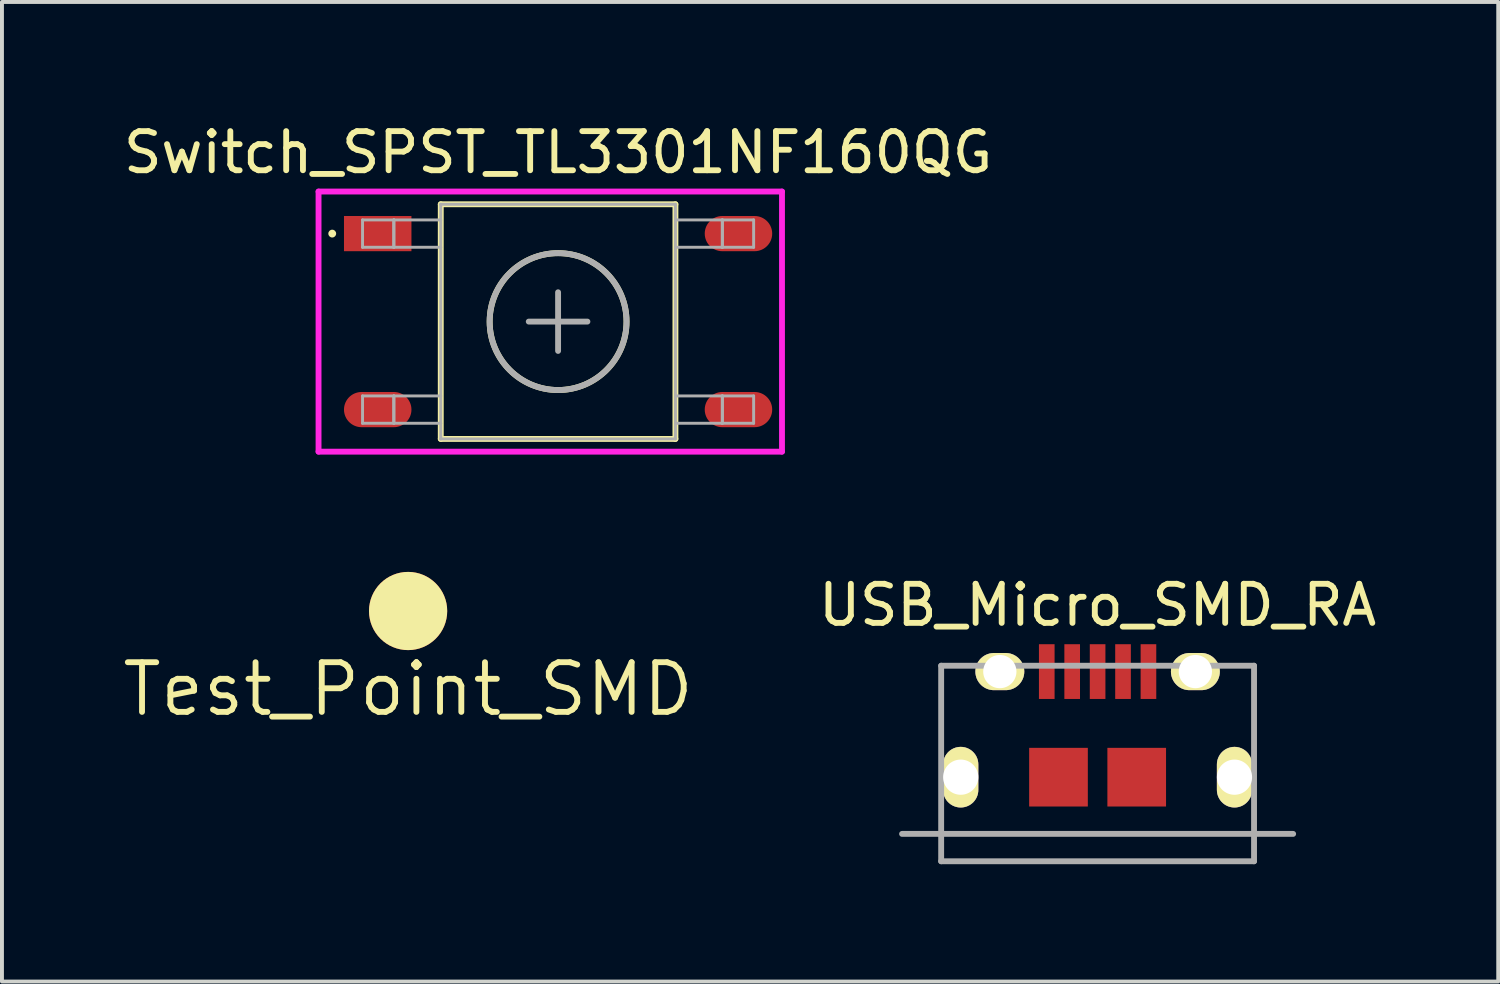
<source format=kicad_pcb>
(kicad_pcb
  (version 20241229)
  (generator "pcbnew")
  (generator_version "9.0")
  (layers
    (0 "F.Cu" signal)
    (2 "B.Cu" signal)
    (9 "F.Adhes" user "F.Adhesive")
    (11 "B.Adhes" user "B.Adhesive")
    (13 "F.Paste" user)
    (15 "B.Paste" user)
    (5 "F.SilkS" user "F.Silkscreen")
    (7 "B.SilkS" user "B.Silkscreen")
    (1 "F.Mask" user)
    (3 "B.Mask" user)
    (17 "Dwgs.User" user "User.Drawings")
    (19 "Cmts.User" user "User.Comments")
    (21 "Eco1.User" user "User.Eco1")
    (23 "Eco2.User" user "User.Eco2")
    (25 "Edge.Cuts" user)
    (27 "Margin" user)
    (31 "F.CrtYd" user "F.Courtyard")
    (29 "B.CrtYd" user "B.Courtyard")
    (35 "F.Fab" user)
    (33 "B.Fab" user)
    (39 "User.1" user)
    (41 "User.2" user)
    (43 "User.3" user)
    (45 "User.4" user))
  (footprint "Test_Point_SMD"
    (layer "F.Cu")
    (at 7.385 12.573)
    (property "Reference" "Test_Point_SMD" (at 0 2 0) (layer "F.SilkS") (effects (font (size 1.27 1.27) (thickness 0.15))))
    (attr through_hole)
    (pad "1" connect circle (at 0 0) (size 2 2) (layers "F.Cu" "F.Mask" "F.SilkS" "F.Paste")))
  (footprint "USB_Micro_SMD_RA"
    (layer "F.Cu")
    (at 25.015 16.822)
    (property "Reference" "USB_Micro_SMD_RA" (at 0 -4.4 0) (layer "F.SilkS") (effects (font (size 1 1) (thickness 0.15))))
    (attr through_hole)
    (fp_line (start -5 1.45) (end 5 1.45) (stroke (width 0.15) (type solid)) (layer "F.Fab"))
    (fp_line (start -4 -2.85) (end -4 2.15) (stroke (width 0.15) (type solid)) (layer "F.Fab"))
    (fp_line (start -4 2.15) (end 4 2.15) (stroke (width 0.15) (type solid)) (layer "F.Fab"))
    (fp_line (start 4 -2.85) (end -4 -2.85) (stroke (width 0.15) (type solid)) (layer "F.Fab"))
    (fp_line (start 4 2.15) (end 4 -2.85) (stroke (width 0.15) (type solid)) (layer "F.Fab"))
    (pad "1" smd rect (at -1.3 -2.7) (size 0.4 1.4) (layers "F.Cu" "F.Mask" "F.Paste"))
    (pad "2" smd rect (at -0.65 -2.7) (size 0.4 1.4) (layers "F.Cu" "F.Mask" "F.Paste"))
    (pad "3" smd rect (at 0 -2.7) (size 0.4 1.4) (layers "F.Cu" "F.Mask" "F.Paste"))
    (pad "4" smd rect (at 0.65 -2.7) (size 0.4 1.4) (layers "F.Cu" "F.Mask" "F.Paste"))
    (pad "5" smd rect (at 1.3 -2.7) (size 0.4 1.4) (layers "F.Cu" "F.Mask" "F.Paste"))
    (pad "shell" thru_hole oval (at -3.5 0) (size 0.9 1.55) (drill 1.15) (layers "*.Cu" "*.Mask" "F.SilkS"))
    (pad "shell" thru_hole oval (at -2.5 -2.7) (size 1.25 0.95) (drill 0.85) (layers "*.Cu" "*.Mask" "F.SilkS"))
    (pad "shell" smd rect (at -1 0) (size 1.5 1.5) (layers "F.Cu" "F.Mask" "F.Paste"))
    (pad "shell" smd rect (at 1 0) (size 1.5 1.5) (layers "F.Cu" "F.Mask" "F.Paste"))
    (pad "shell" thru_hole oval (at 2.5 -2.7) (size 1.25 0.95) (drill 0.85) (layers "*.Cu" "*.Mask" "F.SilkS"))
    (pad "shell" thru_hole oval (at 3.5 0) (size 0.9 1.55) (drill 1.15) (layers "*.Cu" "*.Mask" "F.SilkS")))
  (footprint "Switch_SPST_TL3301NF160QG"
    (layer "F.Cu")
    (at 11.22 5.173)
    (property "Reference" "Switch_SPST_TL3301NF160QG" (at 0 -4.325 0) (layer "F.SilkS") (effects (font (size 1 1) (thickness 0.15))))
    (attr through_hole)
    (fp_line (start -5.775 -2.25) (end -5.775 -2.25) (stroke (width 0.2) (type solid)) (layer "F.SilkS"))
    (fp_line (start -3 -3) (end -3 3) (stroke (width 0.15) (type solid)) (layer "F.SilkS"))
    (fp_line (start -3 -3) (end 3 -3) (stroke (width 0.15) (type solid)) (layer "F.SilkS"))
    (fp_line (start -3 3) (end 3 3) (stroke (width 0.15) (type solid)) (layer "F.SilkS"))
    (fp_line (start 3 -3) (end 3 3) (stroke (width 0.15) (type solid)) (layer "F.SilkS"))
    (fp_circle (center 0 0) (end 1.75 0) (stroke (width 0.15) (type solid)) (fill no) (layer "F.SilkS"))
    (fp_line (start -6.125 -3.325) (end -6.125 3.325) (stroke (width 0.15) (type solid)) (layer "F.CrtYd"))
    (fp_line (start -6.125 3.325) (end 5.725 3.325) (stroke (width 0.15) (type solid)) (layer "F.CrtYd"))
    (fp_line (start 5.725 -3.325) (end -6.125 -3.325) (stroke (width 0.15) (type solid)) (layer "F.CrtYd"))
    (fp_line (start 5.725 3.325) (end 5.725 -3.325) (stroke (width 0.15) (type solid)) (layer "F.CrtYd"))
    (fp_line (start -5 -2.6) (end -5 -1.9) (stroke (width 0.075) (type solid)) (layer "F.Fab"))
    (fp_line (start -5 -1.9) (end -4.2 -1.9) (stroke (width 0.075) (type solid)) (layer "F.Fab"))
    (fp_line (start -5 1.9) (end -5 2.6) (stroke (width 0.075) (type solid)) (layer "F.Fab"))
    (fp_line (start -5 2.6) (end -4.2 2.6) (stroke (width 0.075) (type solid)) (layer "F.Fab"))
    (fp_line (start -4.2 -2.6) (end -5 -2.6) (stroke (width 0.075) (type solid)) (layer "F.Fab"))
    (fp_line (start -4.2 -2.6) (end -4.2 -1.9) (stroke (width 0.075) (type solid)) (layer "F.Fab"))
    (fp_line (start -4.2 -1.9) (end -4.2 -2.6) (stroke (width 0.075) (type solid)) (layer "F.Fab"))
    (fp_line (start -4.2 -1.9) (end -3 -1.9) (stroke (width 0.075) (type solid)) (layer "F.Fab"))
    (fp_line (start -4.2 1.9) (end -5 1.9) (stroke (width 0.075) (type solid)) (layer "F.Fab"))
    (fp_line (start -4.2 1.9) (end -4.2 2.6) (stroke (width 0.075) (type solid)) (layer "F.Fab"))
    (fp_line (start -4.2 2.6) (end -4.2 1.9) (stroke (width 0.075) (type solid)) (layer "F.Fab"))
    (fp_line (start -4.2 2.6) (end -3 2.6) (stroke (width 0.075) (type solid)) (layer "F.Fab"))
    (fp_line (start -3 -3) (end 3 -3) (stroke (width 0.075) (type solid)) (layer "F.Fab"))
    (fp_line (start -3 -2.6) (end -4.2 -2.6) (stroke (width 0.075) (type solid)) (layer "F.Fab"))
    (fp_line (start -3 1.9) (end -4.2 1.9) (stroke (width 0.075) (type solid)) (layer "F.Fab"))
    (fp_line (start -3 3) (end -3 -3) (stroke (width 0.075) (type solid)) (layer "F.Fab"))
    (fp_line (start 0 -0.75) (end 0 0.75) (stroke (width 0.15) (type solid)) (layer "F.Fab"))
    (fp_line (start 0.75 0) (end -0.75 0) (stroke (width 0.15) (type solid)) (layer "F.Fab"))
    (fp_line (start 3 -3) (end 3 3) (stroke (width 0.075) (type solid)) (layer "F.Fab"))
    (fp_line (start 3 -1.9) (end 4.2 -1.9) (stroke (width 0.075) (type solid)) (layer "F.Fab"))
    (fp_line (start 3 2.6) (end 4.2 2.6) (stroke (width 0.075) (type solid)) (layer "F.Fab"))
    (fp_line (start 3 3) (end -3 3) (stroke (width 0.075) (type solid)) (layer "F.Fab"))
    (fp_line (start 4.2 -2.6) (end 3 -2.6) (stroke (width 0.075) (type solid)) (layer "F.Fab"))
    (fp_line (start 4.2 -2.6) (end 4.2 -1.9) (stroke (width 0.075) (type solid)) (layer "F.Fab"))
    (fp_line (start 4.2 -1.9) (end 4.2 -2.6) (stroke (width 0.075) (type solid)) (layer "F.Fab"))
    (fp_line (start 4.2 -1.9) (end 5 -1.9) (stroke (width 0.075) (type solid)) (layer "F.Fab"))
    (fp_line (start 4.2 1.9) (end 3 1.9) (stroke (width 0.075) (type solid)) (layer "F.Fab"))
    (fp_line (start 4.2 1.9) (end 4.2 2.6) (stroke (width 0.075) (type solid)) (layer "F.Fab"))
    (fp_line (start 4.2 2.6) (end 4.2 1.9) (stroke (width 0.075) (type solid)) (layer "F.Fab"))
    (fp_line (start 4.2 2.6) (end 5 2.6) (stroke (width 0.075) (type solid)) (layer "F.Fab"))
    (fp_line (start 5 -2.6) (end 4.2 -2.6) (stroke (width 0.075) (type solid)) (layer "F.Fab"))
    (fp_line (start 5 -1.9) (end 5 -2.6) (stroke (width 0.075) (type solid)) (layer "F.Fab"))
    (fp_line (start 5 1.9) (end 4.2 1.9) (stroke (width 0.075) (type solid)) (layer "F.Fab"))
    (fp_line (start 5 2.6) (end 5 1.9) (stroke (width 0.075) (type solid)) (layer "F.Fab"))
    (fp_circle (center 0 0) (end 1.75 0) (stroke (width 0.15) (type solid)) (fill no) (layer "F.Fab"))
    (pad "1" smd rect (at -4.612 -2.25) (size 1.725 0.9) (layers "F.Cu" "F.Mask" "F.Paste"))
    (pad "2" smd oval (at -4.612 2.25) (size 1.725 0.9) (layers "F.Cu" "F.Mask" "F.Paste"))
    (pad "3" smd oval (at 4.612 2.25) (size 1.725 0.9) (layers "F.Cu" "F.Mask" "F.Paste"))
    (pad "4" smd oval (at 4.612 -2.25) (size 1.725 0.9) (layers "F.Cu" "F.Mask" "F.Paste")))
  (gr_rect
    (start -3 -3)
    (end 35.259 22.047)
    (stroke (width 0.1) (type default))
    (fill no)
    (layer "Edge.Cuts")))
</source>
